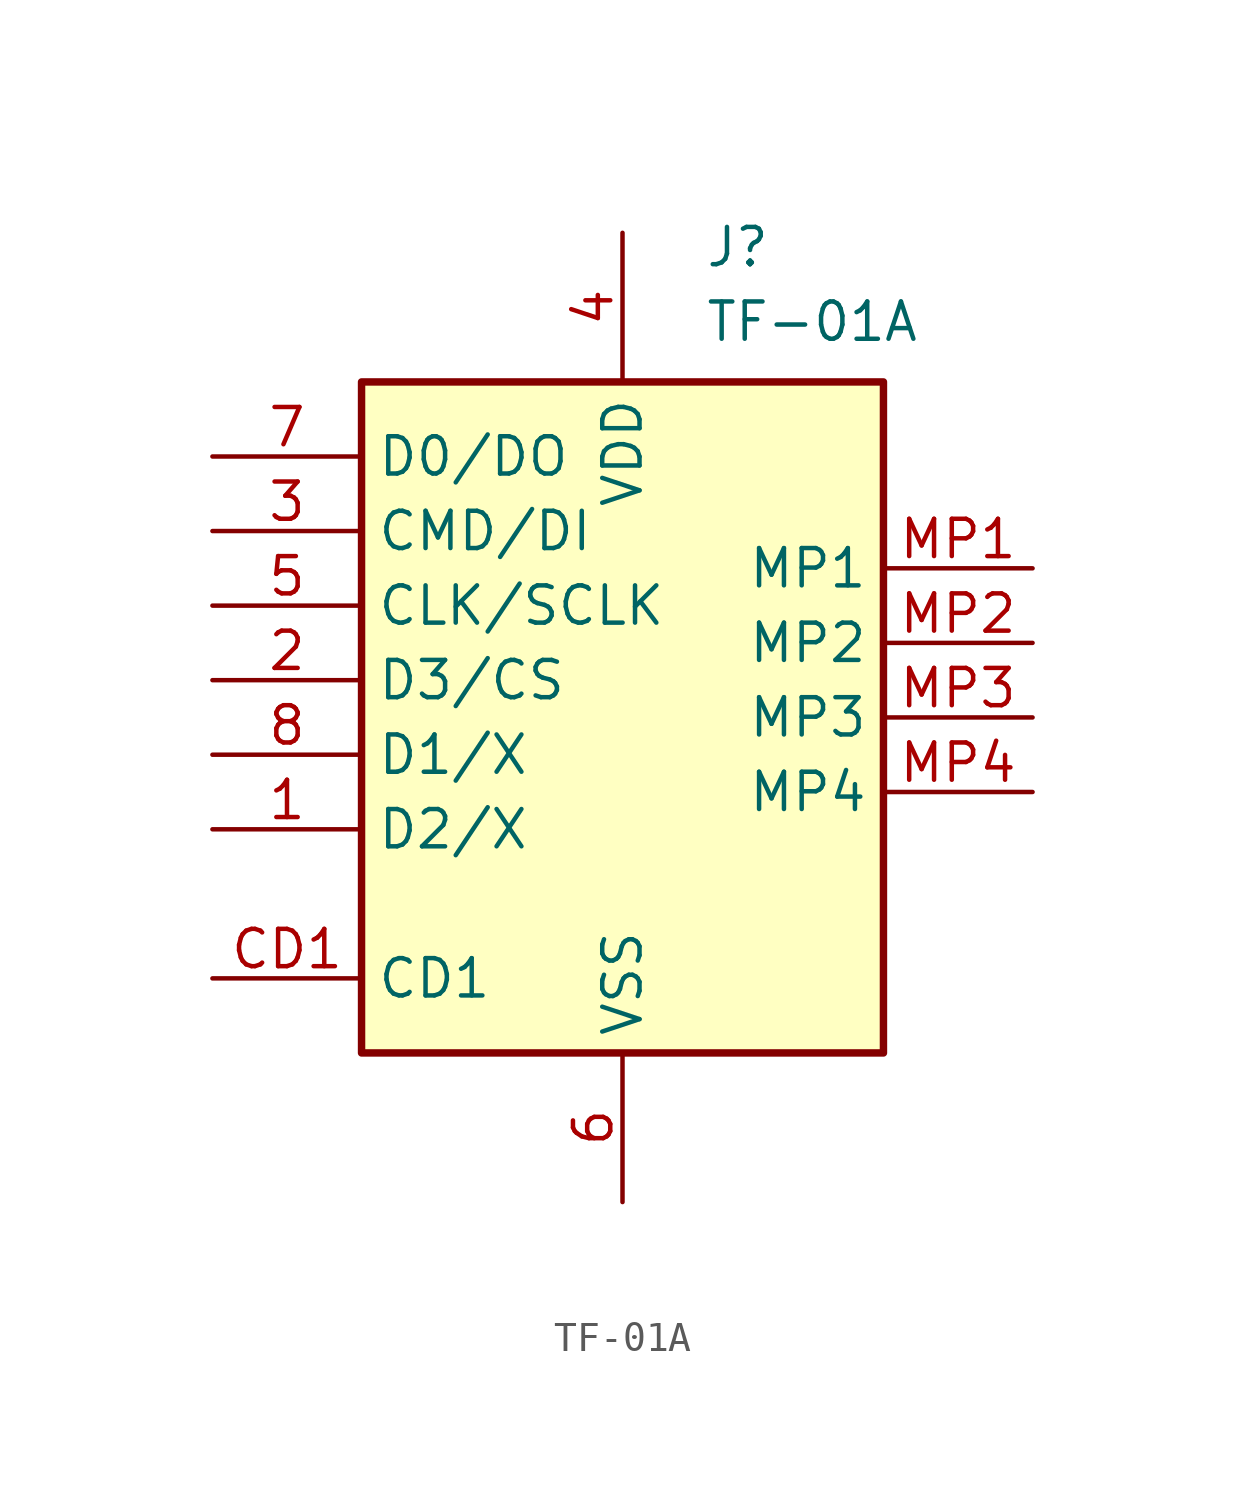
<source format=kicad_sym>
(kicad_symbol_lib
  (version 20241209)
  (generator "kicad_symbol_editor")
  (generator_version "9.0")
  (symbol "TF-01A"
    (property "Reference" "J"
      (at 11.684 5.334 0)
      (effects (font (size 1.27 1.27)) (justify left top)))
    (property "Value" "TF-01A"
      (at 11.684 2.794 0)
      (effects (font (size 1.27 1.27)) (justify left top)))
    (symbol "TF-01A_1_1"
      (rectangle (start 0 0) (end 17.78 -22.86) (stroke (width 0.254) (type default)) (fill (type background)))
      (pin passive line (at -5.08 -2.54 0) (length 5.08) (name "D0/DO" (effects (font (size 1.27 1.27)))) (number "7" (effects (font (size 1.27 1.27)))))
      (pin passive line (at -5.08 -5.08 0) (length 5.08) (name "CMD/DI" (effects (font (size 1.27 1.27)))) (number "3" (effects (font (size 1.27 1.27)))))
      (pin passive line (at -5.08 -7.62 0) (length 5.08) (name "CLK/SCLK" (effects (font (size 1.27 1.27)))) (number "5" (effects (font (size 1.27 1.27)))))
      (pin passive line (at -5.08 -10.16 0) (length 5.08) (name "D3/CS" (effects (font (size 1.27 1.27)))) (number "2" (effects (font (size 1.27 1.27)))))
      (pin passive line (at -5.08 -12.7 0) (length 5.08) (name "D1/X" (effects (font (size 1.27 1.27)))) (number "8" (effects (font (size 1.27 1.27)))))
      (pin passive line (at -5.08 -15.24 0) (length 5.08) (name "D2/X" (effects (font (size 1.27 1.27)))) (number "1" (effects (font (size 1.27 1.27)))))
      (pin passive line (at -5.08 -20.32 0) (length 5.08) (name "CD1" (effects (font (size 1.27 1.27)))) (number "CD1" (effects (font (size 1.27 1.27)))))
      (pin passive line (at 8.89 5.08 270) (length 5.08) (name "VDD" (effects (font (size 1.27 1.27)))) (number "4" (effects (font (size 1.27 1.27)))))
      (pin passive line (at 8.89 -27.94 90) (length 5.08) (name "VSS" (effects (font (size 1.27 1.27)))) (number "6" (effects (font (size 1.27 1.27)))))
      (pin passive line (at 22.86 -6.35 180) (length 5.08) (name "MP1" (effects (font (size 1.27 1.27)))) (number "MP1" (effects (font (size 1.27 1.27)))))
      (pin passive line (at 22.86 -8.89 180) (length 5.08) (name "MP2" (effects (font (size 1.27 1.27)))) (number "MP2" (effects (font (size 1.27 1.27)))))
      (pin passive line (at 22.86 -11.43 180) (length 5.08) (name "MP3" (effects (font (size 1.27 1.27)))) (number "MP3" (effects (font (size 1.27 1.27)))))
      (pin passive line (at 22.86 -13.97 180) (length 5.08) (name "MP4" (effects (font (size 1.27 1.27)))) (number "MP4" (effects (font (size 1.27 1.27))))))))
</source>
